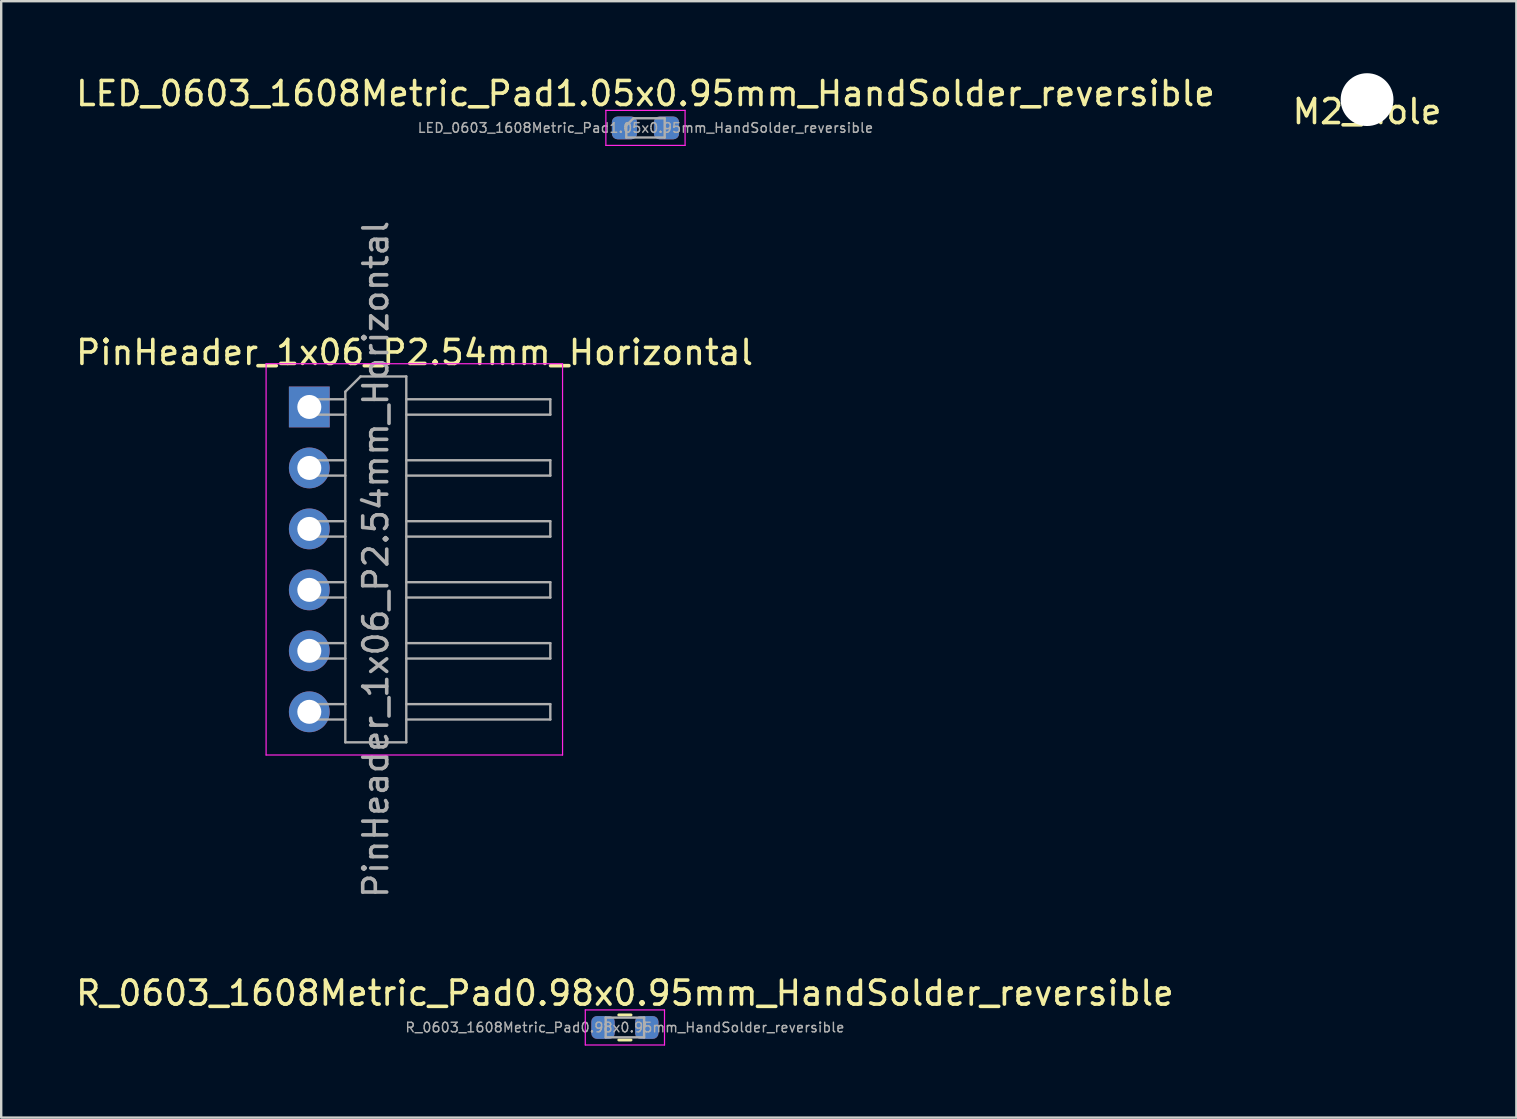
<source format=kicad_pcb>
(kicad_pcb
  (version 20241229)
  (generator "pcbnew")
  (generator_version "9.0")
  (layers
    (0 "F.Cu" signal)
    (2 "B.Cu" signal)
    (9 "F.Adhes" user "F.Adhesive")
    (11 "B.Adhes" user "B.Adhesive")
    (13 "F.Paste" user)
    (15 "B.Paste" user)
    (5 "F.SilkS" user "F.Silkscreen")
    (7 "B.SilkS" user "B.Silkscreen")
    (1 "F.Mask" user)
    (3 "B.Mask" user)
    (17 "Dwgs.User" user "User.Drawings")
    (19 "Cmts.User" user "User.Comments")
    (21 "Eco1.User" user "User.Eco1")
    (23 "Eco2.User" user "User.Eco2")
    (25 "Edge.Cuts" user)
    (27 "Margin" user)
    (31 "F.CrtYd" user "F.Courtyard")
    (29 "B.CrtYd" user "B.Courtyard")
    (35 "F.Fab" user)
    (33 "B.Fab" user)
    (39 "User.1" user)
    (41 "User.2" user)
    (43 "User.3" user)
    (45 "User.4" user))
  (footprint "LED_0603_1608Metric_Pad1.05x0.95mm_HandSolder_reversible"
    (layer "F.Cu")
    (at 23.839 2.278)
    (property "Reference" "LED_0603_1608Metric_Pad1.05x0.95mm_HandSolder_reversible" (at 0 -1.43 0) (layer "F.SilkS") (effects (font (size 1 1) (thickness 0.15))))
    (attr smd)
    (fp_line (start -1.65 -0.73) (end 1.65 -0.73) (stroke (width 0.05) (type solid)) (layer "F.CrtYd"))
    (fp_line (start -1.65 0.73) (end -1.65 -0.73) (stroke (width 0.05) (type solid)) (layer "F.CrtYd"))
    (fp_line (start 1.65 -0.73) (end 1.65 0.73) (stroke (width 0.05) (type solid)) (layer "F.CrtYd"))
    (fp_line (start 1.65 0.73) (end -1.65 0.73) (stroke (width 0.05) (type solid)) (layer "F.CrtYd"))
    (fp_line (start -0.8 -0.1) (end -0.8 0.4) (stroke (width 0.1) (type solid)) (layer "F.Fab"))
    (fp_line (start -0.8 0.4) (end 0.8 0.4) (stroke (width 0.1) (type solid)) (layer "F.Fab"))
    (fp_line (start -0.5 -0.4) (end -0.8 -0.1) (stroke (width 0.1) (type solid)) (layer "F.Fab"))
    (fp_line (start 0.8 -0.4) (end -0.5 -0.4) (stroke (width 0.1) (type solid)) (layer "F.Fab"))
    (fp_line (start 0.8 0.4) (end 0.8 -0.4) (stroke (width 0.1) (type solid)) (layer "F.Fab"))
    (fp_text user "${REFERENCE}" (at 0 0 0) (layer "F.Fab") (effects (font (size 0.4 0.4) (thickness 0.06))))
    (pad "1" smd roundrect (at -0.875 0) (size 1.05 0.95) (layers "F.Cu" "F.Mask" "F.Paste") (roundrect_rratio 0.25))
    (pad "1" smd roundrect (at -0.875 0) (size 1.05 0.95) (layers "B.Cu" "B.Mask" "B.Paste") (roundrect_rratio 0.25))
    (pad "2" smd roundrect (at 0.875 0) (size 1.05 0.95) (layers "F.Cu" "F.Mask" "F.Paste") (roundrect_rratio 0.25))
    (pad "2" smd roundrect (at 0.875 0) (size 1.05 0.95) (layers "B.Cu" "B.Mask" "B.Paste") (roundrect_rratio 0.25)))
  (footprint "R_0603_1608Metric_Pad0.98x0.95mm_HandSolder_reversible"
    (layer "F.Cu")
    (at 22.982 39.752)
    (property "Reference" "R_0603_1608Metric_Pad0.98x0.95mm_HandSolder_reversible" (at 0 -1.43 0) (layer "F.SilkS") (effects (font (size 1 1) (thickness 0.15))))
    (attr smd)
    (fp_line (start -0.255 -0.522) (end 0.255 -0.522) (stroke (width 0.12) (type solid)) (layer "F.SilkS"))
    (fp_line (start -0.255 0.522) (end 0.255 0.522) (stroke (width 0.12) (type solid)) (layer "F.SilkS"))
    (fp_line (start -1.65 -0.73) (end 1.65 -0.73) (stroke (width 0.05) (type solid)) (layer "F.CrtYd"))
    (fp_line (start -1.65 0.73) (end -1.65 -0.73) (stroke (width 0.05) (type solid)) (layer "F.CrtYd"))
    (fp_line (start 1.65 -0.73) (end 1.65 0.73) (stroke (width 0.05) (type solid)) (layer "F.CrtYd"))
    (fp_line (start 1.65 0.73) (end -1.65 0.73) (stroke (width 0.05) (type solid)) (layer "F.CrtYd"))
    (fp_line (start -0.8 -0.412) (end 0.8 -0.412) (stroke (width 0.1) (type solid)) (layer "F.Fab"))
    (fp_line (start -0.8 0.412) (end -0.8 -0.412) (stroke (width 0.1) (type solid)) (layer "F.Fab"))
    (fp_line (start 0.8 -0.412) (end 0.8 0.412) (stroke (width 0.1) (type solid)) (layer "F.Fab"))
    (fp_line (start 0.8 0.412) (end -0.8 0.412) (stroke (width 0.1) (type solid)) (layer "F.Fab"))
    (fp_text user "${REFERENCE}" (at 0 0 0) (layer "F.Fab") (effects (font (size 0.4 0.4) (thickness 0.06))))
    (pad "1" smd roundrect (at -0.912 0) (size 0.975 0.95) (layers "F.Cu" "F.Mask" "F.Paste") (roundrect_rratio 0.25))
    (pad "1" smd roundrect (at -0.912 0) (size 0.975 0.95) (layers "B.Cu" "B.Mask" "B.Paste") (roundrect_rratio 0.25))
    (pad "2" smd roundrect (at 0.912 0) (size 0.975 0.95) (layers "F.Cu" "F.Mask" "F.Paste") (roundrect_rratio 0.25))
    (pad "2" smd roundrect (at 0.912 0) (size 0.975 0.95) (layers "B.Cu" "B.Mask" "B.Paste") (roundrect_rratio 0.25)))
  (footprint "PinHeader_1x06_P2.54mm_Horizontal"
    (layer "F.Cu")
    (at 9.835 13.903)
    (property "Reference" "PinHeader_1x06_P2.54mm_Horizontal" (at 4.385 -2.27 0) (layer "F.SilkS") (effects (font (size 1 1) (thickness 0.15))))
    (attr through_hole)
    (fp_line (start -1.8 -1.8) (end -1.8 14.5) (stroke (width 0.05) (type solid)) (layer "F.CrtYd"))
    (fp_line (start -1.8 14.5) (end 10.55 14.5) (stroke (width 0.05) (type solid)) (layer "F.CrtYd"))
    (fp_line (start 10.55 -1.8) (end -1.8 -1.8) (stroke (width 0.05) (type solid)) (layer "F.CrtYd"))
    (fp_line (start 10.55 14.5) (end 10.55 -1.8) (stroke (width 0.05) (type solid)) (layer "F.CrtYd"))
    (fp_line (start -0.32 -0.32) (end -0.32 0.32) (stroke (width 0.1) (type solid)) (layer "F.Fab"))
    (fp_line (start -0.32 -0.32) (end 1.5 -0.32) (stroke (width 0.1) (type solid)) (layer "F.Fab"))
    (fp_line (start -0.32 0.32) (end 1.5 0.32) (stroke (width 0.1) (type solid)) (layer "F.Fab"))
    (fp_line (start -0.32 2.22) (end -0.32 2.86) (stroke (width 0.1) (type solid)) (layer "F.Fab"))
    (fp_line (start -0.32 2.22) (end 1.5 2.22) (stroke (width 0.1) (type solid)) (layer "F.Fab"))
    (fp_line (start -0.32 2.86) (end 1.5 2.86) (stroke (width 0.1) (type solid)) (layer "F.Fab"))
    (fp_line (start -0.32 4.76) (end -0.32 5.4) (stroke (width 0.1) (type solid)) (layer "F.Fab"))
    (fp_line (start -0.32 4.76) (end 1.5 4.76) (stroke (width 0.1) (type solid)) (layer "F.Fab"))
    (fp_line (start -0.32 5.4) (end 1.5 5.4) (stroke (width 0.1) (type solid)) (layer "F.Fab"))
    (fp_line (start -0.32 7.3) (end -0.32 7.94) (stroke (width 0.1) (type solid)) (layer "F.Fab"))
    (fp_line (start -0.32 7.3) (end 1.5 7.3) (stroke (width 0.1) (type solid)) (layer "F.Fab"))
    (fp_line (start -0.32 7.94) (end 1.5 7.94) (stroke (width 0.1) (type solid)) (layer "F.Fab"))
    (fp_line (start -0.32 9.84) (end -0.32 10.48) (stroke (width 0.1) (type solid)) (layer "F.Fab"))
    (fp_line (start -0.32 9.84) (end 1.5 9.84) (stroke (width 0.1) (type solid)) (layer "F.Fab"))
    (fp_line (start -0.32 10.48) (end 1.5 10.48) (stroke (width 0.1) (type solid)) (layer "F.Fab"))
    (fp_line (start -0.32 12.38) (end -0.32 13.02) (stroke (width 0.1) (type solid)) (layer "F.Fab"))
    (fp_line (start -0.32 12.38) (end 1.5 12.38) (stroke (width 0.1) (type solid)) (layer "F.Fab"))
    (fp_line (start -0.32 13.02) (end 1.5 13.02) (stroke (width 0.1) (type solid)) (layer "F.Fab"))
    (fp_line (start 1.5 -0.635) (end 2.135 -1.27) (stroke (width 0.1) (type solid)) (layer "F.Fab"))
    (fp_line (start 1.5 13.97) (end 1.5 -0.635) (stroke (width 0.1) (type solid)) (layer "F.Fab"))
    (fp_line (start 2.135 -1.27) (end 4.04 -1.27) (stroke (width 0.1) (type solid)) (layer "F.Fab"))
    (fp_line (start 4.04 -1.27) (end 4.04 13.97) (stroke (width 0.1) (type solid)) (layer "F.Fab"))
    (fp_line (start 4.04 -0.32) (end 10.04 -0.32) (stroke (width 0.1) (type solid)) (layer "F.Fab"))
    (fp_line (start 4.04 0.32) (end 10.04 0.32) (stroke (width 0.1) (type solid)) (layer "F.Fab"))
    (fp_line (start 4.04 2.22) (end 10.04 2.22) (stroke (width 0.1) (type solid)) (layer "F.Fab"))
    (fp_line (start 4.04 2.86) (end 10.04 2.86) (stroke (width 0.1) (type solid)) (layer "F.Fab"))
    (fp_line (start 4.04 4.76) (end 10.04 4.76) (stroke (width 0.1) (type solid)) (layer "F.Fab"))
    (fp_line (start 4.04 5.4) (end 10.04 5.4) (stroke (width 0.1) (type solid)) (layer "F.Fab"))
    (fp_line (start 4.04 7.3) (end 10.04 7.3) (stroke (width 0.1) (type solid)) (layer "F.Fab"))
    (fp_line (start 4.04 7.94) (end 10.04 7.94) (stroke (width 0.1) (type solid)) (layer "F.Fab"))
    (fp_line (start 4.04 9.84) (end 10.04 9.84) (stroke (width 0.1) (type solid)) (layer "F.Fab"))
    (fp_line (start 4.04 10.48) (end 10.04 10.48) (stroke (width 0.1) (type solid)) (layer "F.Fab"))
    (fp_line (start 4.04 12.38) (end 10.04 12.38) (stroke (width 0.1) (type solid)) (layer "F.Fab"))
    (fp_line (start 4.04 13.02) (end 10.04 13.02) (stroke (width 0.1) (type solid)) (layer "F.Fab"))
    (fp_line (start 4.04 13.97) (end 1.5 13.97) (stroke (width 0.1) (type solid)) (layer "F.Fab"))
    (fp_line (start 10.04 -0.32) (end 10.04 0.32) (stroke (width 0.1) (type solid)) (layer "F.Fab"))
    (fp_line (start 10.04 2.22) (end 10.04 2.86) (stroke (width 0.1) (type solid)) (layer "F.Fab"))
    (fp_line (start 10.04 4.76) (end 10.04 5.4) (stroke (width 0.1) (type solid)) (layer "F.Fab"))
    (fp_line (start 10.04 7.3) (end 10.04 7.94) (stroke (width 0.1) (type solid)) (layer "F.Fab"))
    (fp_line (start 10.04 9.84) (end 10.04 10.48) (stroke (width 0.1) (type solid)) (layer "F.Fab"))
    (fp_line (start 10.04 12.38) (end 10.04 13.02) (stroke (width 0.1) (type solid)) (layer "F.Fab"))
    (fp_text user "${REFERENCE}" (at 2.77 6.35 90) (layer "F.Fab") (effects (font (size 1 1) (thickness 0.15))))
    (pad "1" thru_hole rect (at 0 0) (size 1.7 1.7) (drill 1) (layers "*.Cu" "*.Mask"))
    (pad "2" thru_hole oval (at 0 2.54) (size 1.7 1.7) (drill 1) (layers "*.Cu" "*.Mask"))
    (pad "3" thru_hole oval (at 0 5.08) (size 1.7 1.7) (drill 1) (layers "*.Cu" "*.Mask"))
    (pad "4" thru_hole oval (at 0 7.62) (size 1.7 1.7) (drill 1) (layers "*.Cu" "*.Mask"))
    (pad "5" thru_hole oval (at 0 10.16) (size 1.7 1.7) (drill 1) (layers "*.Cu" "*.Mask"))
    (pad "6" thru_hole oval (at 0 12.7) (size 1.7 1.7) (drill 1) (layers "*.Cu" "*.Mask")))
  (footprint "M2_Hole"
    (layer "F.Cu")
    (at 53.899 1.1)
    (property "Reference" "M2_Hole" (at 0 0.5 0) (layer "F.SilkS") (effects (font (size 1 1) (thickness 0.15))))
    (attr through_hole)
    (pad "" np_thru_hole circle (at 0 0) (size 2.2 2.2) (drill 2.2) (layers "*.Cu" "*.Mask")))
  (gr_rect
    (start -3 -3)
    (end 60.119 43.507)
    (stroke (width 0.1) (type default))
    (fill no)
    (layer "Edge.Cuts")))
</source>
